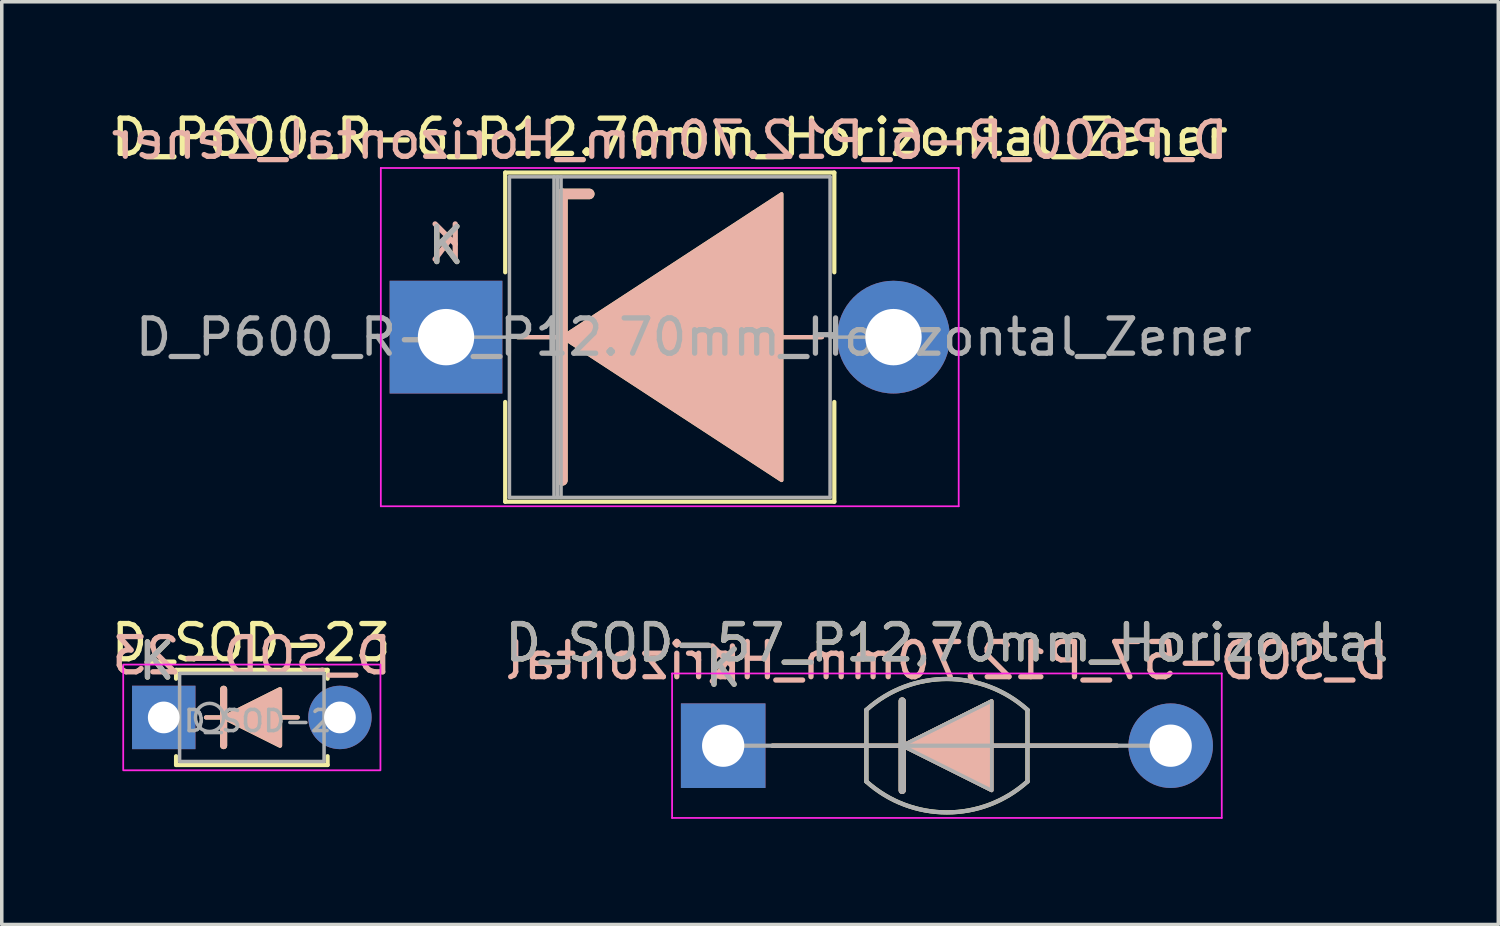
<source format=kicad_pcb>
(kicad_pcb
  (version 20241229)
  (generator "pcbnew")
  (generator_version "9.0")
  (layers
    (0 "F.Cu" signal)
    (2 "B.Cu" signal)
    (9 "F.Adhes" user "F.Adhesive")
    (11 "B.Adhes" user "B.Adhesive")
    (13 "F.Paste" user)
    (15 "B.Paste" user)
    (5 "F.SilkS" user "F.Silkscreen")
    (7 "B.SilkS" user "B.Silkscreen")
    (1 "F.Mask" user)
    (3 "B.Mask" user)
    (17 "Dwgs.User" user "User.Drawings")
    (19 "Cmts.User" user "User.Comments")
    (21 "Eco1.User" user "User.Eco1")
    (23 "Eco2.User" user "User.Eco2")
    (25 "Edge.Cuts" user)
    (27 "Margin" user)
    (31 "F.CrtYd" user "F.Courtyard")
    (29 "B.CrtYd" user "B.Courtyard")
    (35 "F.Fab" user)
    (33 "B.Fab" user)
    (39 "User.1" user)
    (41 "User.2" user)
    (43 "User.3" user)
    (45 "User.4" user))
  (footprint "D_SOD-57_P12,70mm_Horizontal"
    (layer "F.Cu")
    (at 17.474 18.113)
    (property "Reference" "D_SOD-57_P12,70mm_Horizontal" (at 6.35 -2.92 0) (layer "F.SilkS") (effects (font (size 1 1) (thickness 0.15))))
    (fp_line (start 1.397 0) (end 11.176 0) (stroke (width 0.12) (type solid)) (layer "F.SilkS"))
    (fp_line (start 4.064 -1.016) (end 4.064 1.016) (stroke (width 0.12) (type solid)) (layer "F.SilkS"))
    (fp_line (start 5.08 1.27) (end 5.08 -1.27) (stroke (width 0.2) (type solid)) (layer "F.SilkS"))
    (fp_line (start 8.636 -1.016) (end 8.636 1.016) (stroke (width 0.12) (type solid)) (layer "F.SilkS"))
    (fp_arc (start 4.064 -1.016) (mid 6.349999 -1.89322) (end 8.635998 -1.016) (stroke (width 0.12) (type solid)) (layer "F.SilkS"))
    (fp_arc (start 8.636 1.016) (mid 6.350001 1.89322) (end 4.064002 1.016) (stroke (width 0.12) (type solid)) (layer "F.SilkS"))
    (fp_poly (pts (xy 7.62 1.27) (xy 5.08 0) (xy 7.62 -1.27)) (stroke (width 0.1) (type solid)) (fill yes) (layer "F.SilkS"))
    (fp_line (start 1.397 0) (end 11.176 0) (stroke (width 0.12) (type solid)) (layer "B.SilkS"))
    (fp_line (start 5.08 -1.27) (end 5.08 1.27) (stroke (width 0.2) (type solid)) (layer "B.SilkS"))
    (fp_poly (pts (xy 7.62 -1.27) (xy 5.08 0) (xy 7.62 1.27)) (stroke (width 0.1) (type solid)) (fill yes) (layer "B.SilkS"))
    (fp_line (start -1.45 -2.05) (end -1.45 2.05) (stroke (width 0.05) (type solid)) (layer "F.CrtYd"))
    (fp_line (start -1.45 2.05) (end 14.15 2.05) (stroke (width 0.05) (type solid)) (layer "F.CrtYd"))
    (fp_line (start 14.15 -2.05) (end -1.45 -2.05) (stroke (width 0.05) (type solid)) (layer "F.CrtYd"))
    (fp_line (start 14.15 2.05) (end 14.15 -2.05) (stroke (width 0.05) (type solid)) (layer "F.CrtYd"))
    (fp_line (start 0 0) (end 12.7 0) (stroke (width 0.12) (type solid)) (layer "F.Fab"))
    (fp_line (start 4.064 -1.016) (end 4.064 1.016) (stroke (width 0.12) (type solid)) (layer "F.Fab"))
    (fp_line (start 5.08 1.27) (end 5.08 -1.27) (stroke (width 0.2) (type solid)) (layer "F.Fab"))
    (fp_line (start 8.636 -1.016) (end 8.636 1.016) (stroke (width 0.12) (type solid)) (layer "F.Fab"))
    (fp_arc (start 4.064 -1.016) (mid 6.35037 -1.894241) (end 8.637132 -1.017021) (stroke (width 0.12) (type solid)) (layer "F.Fab"))
    (fp_arc (start 8.637134 1.014979) (mid 6.350764 1.89322) (end 4.064002 1.016) (stroke (width 0.12) (type solid)) (layer "F.Fab"))
    (fp_poly (pts (xy 7.62 1.27) (xy 5.08 0) (xy 7.62 -1.27)) (stroke (width 0.1) (type solid)) (fill no) (layer "F.Fab"))
    (fp_text user "K" (at 0 -2.2 0) (layer "F.SilkS") (effects (font (size 1 1) (thickness 0.15))))
    (fp_text user "K" (at 0 -2.286 0) (layer "B.SilkS") (effects (font (size 1 1) (thickness 0.15)) (justify mirror)))
    (fp_text user "${REFERENCE}" (at 6.35 -2.413 0) (layer "B.SilkS") (effects (font (size 1 1) (thickness 0.15)) (justify mirror)))
    (fp_text user "K" (at 0 -2.2 0) (layer "F.Fab") (effects (font (size 1 1) (thickness 0.15))))
    (fp_text user "${REFERENCE}" (at 6.35 -2.921 0) (layer "F.Fab") (effects (font (size 1 1) (thickness 0.15))))
    (pad "1" thru_hole rect (at 0 0) (size 2.4 2.4) (drill 1.2) (layers "*.Cu" "*.Mask"))
    (pad "2" thru_hole oval (at 12.7 0) (size 2.4 2.4) (drill 1.2) (layers "*.Cu" "*.Mask")))
  (footprint "D_P600_R-6_P12.70mm_Horizontal_Zener"
    (layer "F.Cu")
    (at 9.608 6.518)
    (property "Reference" "D_P600_R-6_P12.70mm_Horizontal_Zener" (at 6.35 -5.67 0) (layer "F.SilkS") (effects (font (size 1 1) (thickness 0.15))))
    (fp_line (start 1.68 -4.67) (end 11.02 -4.67) (stroke (width 0.12) (type solid)) (layer "F.SilkS"))
    (fp_line (start 1.68 -1.84) (end 1.68 -4.67) (stroke (width 0.12) (type solid)) (layer "F.SilkS"))
    (fp_line (start 1.68 1.84) (end 1.68 4.67) (stroke (width 0.12) (type solid)) (layer "F.SilkS"))
    (fp_line (start 1.68 4.67) (end 11.02 4.67) (stroke (width 0.12) (type solid)) (layer "F.SilkS"))
    (fp_line (start 3.175 0) (end 2.032 0) (stroke (width 0.12) (type solid)) (layer "F.SilkS"))
    (fp_line (start 3.302 -4.064) (end 3.302 4.064) (stroke (width 0.3) (type solid)) (layer "F.SilkS"))
    (fp_line (start 3.302 -4.064) (end 4.064 -4.064) (stroke (width 0.3) (type solid)) (layer "F.SilkS"))
    (fp_line (start 9.398 0) (end 10.668 0) (stroke (width 0.12) (type solid)) (layer "F.SilkS"))
    (fp_line (start 11.02 -4.67) (end 11.02 -1.84) (stroke (width 0.12) (type solid)) (layer "F.SilkS"))
    (fp_line (start 11.02 4.67) (end 11.02 1.84) (stroke (width 0.12) (type solid)) (layer "F.SilkS"))
    (fp_poly (pts (xy 9.525 4.064) (xy 3.302 0) (xy 9.525 -4.064)) (stroke (width 0.1) (type solid)) (fill yes) (layer "F.SilkS"))
    (fp_line (start 3.175 0) (end 2.032 0) (stroke (width 0.12) (type solid)) (layer "B.SilkS"))
    (fp_line (start 3.302 -4.064) (end 4.064 -4.064) (stroke (width 0.3) (type solid)) (layer "B.SilkS"))
    (fp_line (start 3.302 4.064) (end 3.302 -4.064) (stroke (width 0.3) (type solid)) (layer "B.SilkS"))
    (fp_line (start 9.398 0) (end 10.668 0) (stroke (width 0.12) (type solid)) (layer "B.SilkS"))
    (fp_poly (pts (xy 9.525 -4.064) (xy 3.302 0) (xy 9.525 4.064)) (stroke (width 0.1) (type solid)) (fill yes) (layer "B.SilkS"))
    (fp_line (start -1.85 -4.8) (end -1.85 4.8) (stroke (width 0.05) (type solid)) (layer "F.CrtYd"))
    (fp_line (start -1.85 4.8) (end 14.55 4.8) (stroke (width 0.05) (type solid)) (layer "F.CrtYd"))
    (fp_line (start 14.55 -4.8) (end -1.85 -4.8) (stroke (width 0.05) (type solid)) (layer "F.CrtYd"))
    (fp_line (start 14.55 4.8) (end 14.55 -4.8) (stroke (width 0.05) (type solid)) (layer "F.CrtYd"))
    (fp_line (start 0 0) (end 1.8 0) (stroke (width 0.1) (type solid)) (layer "F.Fab"))
    (fp_line (start 1.8 -4.55) (end 1.8 4.55) (stroke (width 0.1) (type solid)) (layer "F.Fab"))
    (fp_line (start 1.8 4.55) (end 10.9 4.55) (stroke (width 0.1) (type solid)) (layer "F.Fab"))
    (fp_line (start 3.065 -4.55) (end 3.065 4.55) (stroke (width 0.1) (type solid)) (layer "F.Fab"))
    (fp_line (start 3.165 -4.55) (end 3.165 4.55) (stroke (width 0.1) (type solid)) (layer "F.Fab"))
    (fp_line (start 3.265 -4.55) (end 3.265 4.55) (stroke (width 0.1) (type solid)) (layer "F.Fab"))
    (fp_line (start 10.9 -4.55) (end 1.8 -4.55) (stroke (width 0.1) (type solid)) (layer "F.Fab"))
    (fp_line (start 10.9 4.55) (end 10.9 -4.55) (stroke (width 0.1) (type solid)) (layer "F.Fab"))
    (fp_line (start 12.7 0) (end 10.9 0) (stroke (width 0.1) (type solid)) (layer "F.Fab"))
    (fp_text user "K" (at 0 -2.6 0) (layer "F.SilkS") (effects (font (size 1 1) (thickness 0.15))))
    (fp_text user "${REFERENCE}" (at 6.35 -5.588 0) (layer "B.SilkS") (effects (font (size 1 1) (thickness 0.15)) (justify mirror)))
    (fp_text user "K" (at 0 -2.667 0) (layer "B.SilkS") (effects (font (size 1 1) (thickness 0.15)) (justify mirror)))
    (fp_text user "K" (at 0 -2.6 0) (layer "F.Fab") (effects (font (size 1 1) (thickness 0.15))))
    (fp_text user "${REFERENCE}" (at 7.032 0 0) (layer "F.Fab") (effects (font (size 1 1) (thickness 0.15))))
    (pad "1" thru_hole rect (at 0 0) (size 3.2 3.2) (drill 1.6) (layers "*.Cu" "*.Mask"))
    (pad "2" thru_hole oval (at 12.7 0) (size 3.2 3.2) (drill 1.6) (layers "*.Cu" "*.Mask")))
  (footprint "D_SOD-23"
    (layer "F.Cu")
    (at 1.597 17.311)
    (property "Reference" "D_SOD-23" (at 2.48 -2.12 0) (layer "F.SilkS") (effects (font (size 1 1) (thickness 0.15))))
    (attr through_hole)
    (fp_line (start 0.35 -1.35) (end 4.65 -1.35) (stroke (width 0.12) (type default)) (layer "F.SilkS"))
    (fp_line (start 0.35 -1.1) (end 0.35 -1.35) (stroke (width 0.12) (type default)) (layer "F.SilkS"))
    (fp_line (start 0.35 1.35) (end 0.35 1.1) (stroke (width 0.12) (type default)) (layer "F.SilkS"))
    (fp_line (start 1.2 0) (end 3.8 0) (stroke (width 0.12) (type default)) (layer "F.SilkS"))
    (fp_line (start 1.7 -0.8) (end 1.7 0.8) (stroke (width 0.2) (type default)) (layer "F.SilkS"))
    (fp_line (start 4.65 -1.35) (end 4.65 -1.1) (stroke (width 0.12) (type default)) (layer "F.SilkS"))
    (fp_line (start 4.65 1.1) (end 4.65 1.35) (stroke (width 0.12) (type default)) (layer "F.SilkS"))
    (fp_line (start 4.65 1.35) (end 0.35 1.35) (stroke (width 0.12) (type default)) (layer "F.SilkS"))
    (fp_poly (pts (xy 1.7 0) (xy 3.3 -0.8) (xy 3.3 0.8)) (stroke (width 0.12) (type solid)) (fill yes) (layer "F.SilkS"))
    (fp_line (start 1.2 0) (end 3.8 0) (stroke (width 0.12) (type default)) (layer "B.SilkS"))
    (fp_line (start 1.7 0.8) (end 1.7 -0.8) (stroke (width 0.2) (type default)) (layer "B.SilkS"))
    (fp_poly (pts (xy 1.7 0) (xy 3.3 0.8) (xy 3.3 -0.8)) (stroke (width 0.12) (type solid)) (fill yes) (layer "B.SilkS"))
    (fp_rect (start -1.15 -1.5) (end 6.15 1.5) (stroke (width 0.05) (type default)) (fill no) (layer "F.CrtYd"))
    (fp_rect (start 0.45 -1.25) (end 4.55 1.25) (stroke (width 0.1) (type default)) (fill no) (layer "F.Fab"))
    (fp_circle (center 1.3 0) (end 1.7 0) (stroke (width 0.1) (type solid)) (fill no) (layer "F.Fab"))
    (fp_text user "K" (at -0.2 -1.6 0) (layer "F.SilkS") (effects (font (size 1 1) (thickness 0.15))))
    (fp_text user "${REFERENCE}" (at 2.5 -1.75 0) (layer "B.SilkS") (effects (font (size 1 1) (thickness 0.15)) (justify mirror)))
    (fp_text user "${REFERENCE}" (at 2.95 0.1 0) (layer "F.Fab") (effects (font (size 0.6 0.6) (thickness 0.1) (bold yes))))
    (fp_text user "K" (at -0.2 -1.6 0) (layer "F.Fab") (effects (font (size 1 1) (thickness 0.15))))
    (pad "1" thru_hole rect (at 0 0) (size 1.8 1.8) (drill 0.9) (layers "*.Cu" "*.Mask"))
    (pad "2" thru_hole oval (at 5 0) (size 1.8 1.8) (drill 0.9) (layers "*.Cu" "*.Mask")))
  (gr_rect
    (start -3 -3)
    (end 39.472 23.188)
    (stroke (width 0.1) (type default))
    (fill no)
    (layer "Edge.Cuts")))
</source>
